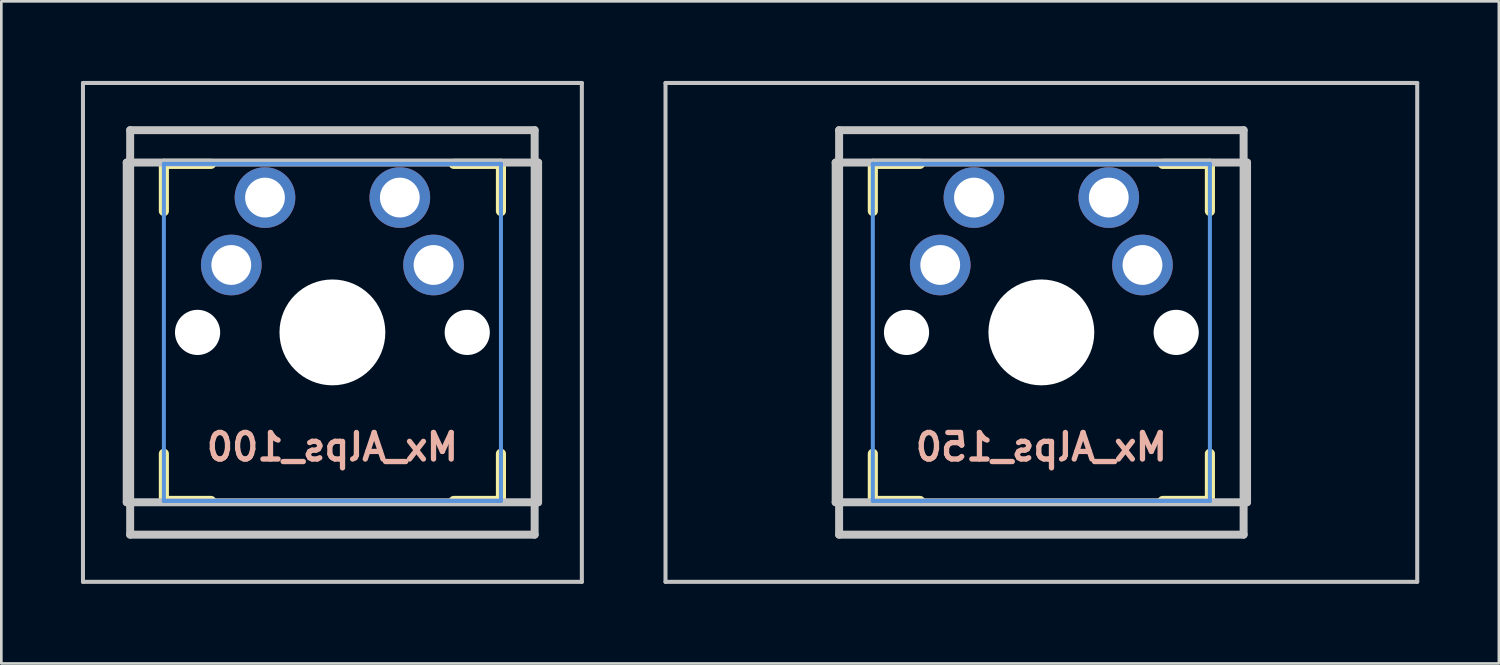
<source format=kicad_pcb>
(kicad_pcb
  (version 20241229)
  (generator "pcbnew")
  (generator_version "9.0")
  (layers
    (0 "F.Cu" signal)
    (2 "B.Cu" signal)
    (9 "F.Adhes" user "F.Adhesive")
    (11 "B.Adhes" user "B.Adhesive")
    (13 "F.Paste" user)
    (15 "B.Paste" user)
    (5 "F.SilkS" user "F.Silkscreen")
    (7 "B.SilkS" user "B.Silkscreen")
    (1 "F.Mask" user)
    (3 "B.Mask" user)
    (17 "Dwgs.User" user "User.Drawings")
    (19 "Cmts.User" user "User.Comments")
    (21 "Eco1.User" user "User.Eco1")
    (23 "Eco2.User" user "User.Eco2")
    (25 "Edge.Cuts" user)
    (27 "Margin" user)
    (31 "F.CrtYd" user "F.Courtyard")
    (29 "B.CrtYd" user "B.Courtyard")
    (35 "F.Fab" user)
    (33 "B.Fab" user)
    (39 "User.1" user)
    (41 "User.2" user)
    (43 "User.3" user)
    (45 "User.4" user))
  (footprint "Mx_Alps_150"
    (layer "F.Cu")
    (at 36.185 9.474)
    (property "Reference" "Mx_Alps_150" (at 0 4.318 0) (layer "B.SilkS") (effects (font (size 1 1) (thickness 0.2)) (justify mirror)))
    (attr through_hole)
    (fp_line (start -6.35 -6.35) (end -4.572 -6.35) (stroke (width 0.381) (type solid)) (layer "F.SilkS"))
    (fp_line (start -6.35 -4.572) (end -6.35 -6.35) (stroke (width 0.381) (type solid)) (layer "F.SilkS"))
    (fp_line (start -6.35 6.35) (end -6.35 4.572) (stroke (width 0.381) (type solid)) (layer "F.SilkS"))
    (fp_line (start -4.572 6.35) (end -6.35 6.35) (stroke (width 0.381) (type solid)) (layer "F.SilkS"))
    (fp_line (start 4.572 -6.35) (end 6.35 -6.35) (stroke (width 0.381) (type solid)) (layer "F.SilkS"))
    (fp_line (start 6.35 -6.35) (end 6.35 -4.572) (stroke (width 0.381) (type solid)) (layer "F.SilkS"))
    (fp_line (start 6.35 4.572) (end 6.35 6.35) (stroke (width 0.381) (type solid)) (layer "F.SilkS"))
    (fp_line (start 6.35 6.35) (end 4.572 6.35) (stroke (width 0.381) (type solid)) (layer "F.SilkS"))
    (fp_line (start -14.161 -9.398) (end 14.161 -9.398) (stroke (width 0.152) (type solid)) (layer "Dwgs.User"))
    (fp_line (start -14.161 9.398) (end -14.161 -9.398) (stroke (width 0.152) (type solid)) (layer "Dwgs.User"))
    (fp_line (start -7.75 6.4) (end -7.75 -6.4) (stroke (width 0.3) (type solid)) (layer "Dwgs.User"))
    (fp_line (start -7.75 6.4) (end 7.75 6.4) (stroke (width 0.3) (type solid)) (layer "Dwgs.User"))
    (fp_line (start -7.62 -7.62) (end 7.62 -7.62) (stroke (width 0.3) (type solid)) (layer "Dwgs.User"))
    (fp_line (start -7.62 7.62) (end -7.62 -7.62) (stroke (width 0.3) (type solid)) (layer "Dwgs.User"))
    (fp_line (start 7.62 -7.62) (end 7.62 7.62) (stroke (width 0.3) (type solid)) (layer "Dwgs.User"))
    (fp_line (start 7.62 7.62) (end -7.62 7.62) (stroke (width 0.3) (type solid)) (layer "Dwgs.User"))
    (fp_line (start 7.75 -6.4) (end -7.75 -6.4) (stroke (width 0.3) (type solid)) (layer "Dwgs.User"))
    (fp_line (start 7.75 6.4) (end 7.75 -6.4) (stroke (width 0.3) (type solid)) (layer "Dwgs.User"))
    (fp_line (start 14.161 -9.398) (end 14.161 9.398) (stroke (width 0.152) (type solid)) (layer "Dwgs.User"))
    (fp_line (start 14.161 9.398) (end -14.161 9.398) (stroke (width 0.152) (type solid)) (layer "Dwgs.User"))
    (fp_line (start -6.35 -6.35) (end 6.35 -6.35) (stroke (width 0.152) (type solid)) (layer "Cmts.User"))
    (fp_line (start -6.35 6.35) (end -6.35 -6.35) (stroke (width 0.152) (type solid)) (layer "Cmts.User"))
    (fp_line (start 6.35 -6.35) (end 6.35 6.35) (stroke (width 0.152) (type solid)) (layer "Cmts.User"))
    (fp_line (start 6.35 6.35) (end -6.35 6.35) (stroke (width 0.152) (type solid)) (layer "Cmts.User"))
    (fp_line (start -6.985 -6.985) (end 6.985 -6.985) (stroke (width 0.152) (type solid)) (layer "Eco2.User"))
    (fp_line (start -6.985 6.985) (end -6.985 -6.985) (stroke (width 0.152) (type solid)) (layer "Eco2.User"))
    (fp_line (start 6.985 -6.985) (end 6.985 6.985) (stroke (width 0.152) (type solid)) (layer "Eco2.User"))
    (fp_line (start 6.985 6.985) (end -6.985 6.985) (stroke (width 0.152) (type solid)) (layer "Eco2.User"))
    (pad "" np_thru_hole circle (at -5.08 0) (size 1.702 1.702) (drill 1.702) (layers "*.Cu"))
    (pad "" np_thru_hole circle (at 0 0) (size 3.988 3.988) (drill 3.988) (layers "*.Cu"))
    (pad "" np_thru_hole circle (at 5.08 0) (size 1.702 1.702) (drill 1.702) (layers "*.Cu"))
    (pad "1" thru_hole circle (at -3.81 -2.54) (size 2.286 2.286) (drill 1.499) (layers "*.Cu" "*.Mask"))
    (pad "1" thru_hole circle (at -2.54 -5.08) (size 2.286 2.286) (drill 1.499) (layers "*.Cu" "*.Mask"))
    (pad "2" thru_hole circle (at 2.54 -5.08) (size 2.286 2.286) (drill 1.499) (layers "*.Cu" "*.Mask"))
    (pad "2" thru_hole circle (at 3.81 -2.54) (size 2.286 2.286) (drill 1.499) (layers "*.Cu" "*.Mask")))
  (footprint "Mx_Alps_100"
    (layer "F.Cu")
    (at 9.474 9.474)
    (property "Reference" "Mx_Alps_100" (at 0 4.318 0) (layer "B.SilkS") (effects (font (size 1 1) (thickness 0.2)) (justify mirror)))
    (attr through_hole)
    (fp_line (start -6.35 -6.35) (end -4.572 -6.35) (stroke (width 0.381) (type solid)) (layer "F.SilkS"))
    (fp_line (start -6.35 -4.572) (end -6.35 -6.35) (stroke (width 0.381) (type solid)) (layer "F.SilkS"))
    (fp_line (start -6.35 6.35) (end -6.35 4.572) (stroke (width 0.381) (type solid)) (layer "F.SilkS"))
    (fp_line (start -4.572 6.35) (end -6.35 6.35) (stroke (width 0.381) (type solid)) (layer "F.SilkS"))
    (fp_line (start 4.572 -6.35) (end 6.35 -6.35) (stroke (width 0.381) (type solid)) (layer "F.SilkS"))
    (fp_line (start 6.35 -6.35) (end 6.35 -4.572) (stroke (width 0.381) (type solid)) (layer "F.SilkS"))
    (fp_line (start 6.35 4.572) (end 6.35 6.35) (stroke (width 0.381) (type solid)) (layer "F.SilkS"))
    (fp_line (start 6.35 6.35) (end 4.572 6.35) (stroke (width 0.381) (type solid)) (layer "F.SilkS"))
    (fp_line (start -9.398 -9.398) (end 9.398 -9.398) (stroke (width 0.152) (type solid)) (layer "Dwgs.User"))
    (fp_line (start -9.398 9.398) (end -9.398 -9.398) (stroke (width 0.152) (type solid)) (layer "Dwgs.User"))
    (fp_line (start -7.75 6.4) (end -7.75 -6.4) (stroke (width 0.3) (type solid)) (layer "Dwgs.User"))
    (fp_line (start -7.75 6.4) (end 7.75 6.4) (stroke (width 0.3) (type solid)) (layer "Dwgs.User"))
    (fp_line (start -7.62 -7.62) (end 7.62 -7.62) (stroke (width 0.3) (type solid)) (layer "Dwgs.User"))
    (fp_line (start -7.62 7.62) (end -7.62 -7.62) (stroke (width 0.3) (type solid)) (layer "Dwgs.User"))
    (fp_line (start 7.62 -7.62) (end 7.62 7.62) (stroke (width 0.3) (type solid)) (layer "Dwgs.User"))
    (fp_line (start 7.62 7.62) (end -7.62 7.62) (stroke (width 0.3) (type solid)) (layer "Dwgs.User"))
    (fp_line (start 7.75 -6.4) (end -7.75 -6.4) (stroke (width 0.3) (type solid)) (layer "Dwgs.User"))
    (fp_line (start 7.75 6.4) (end 7.75 -6.4) (stroke (width 0.3) (type solid)) (layer "Dwgs.User"))
    (fp_line (start 9.398 -9.398) (end 9.398 9.398) (stroke (width 0.152) (type solid)) (layer "Dwgs.User"))
    (fp_line (start 9.398 9.398) (end -9.398 9.398) (stroke (width 0.152) (type solid)) (layer "Dwgs.User"))
    (fp_line (start -6.35 -6.35) (end 6.35 -6.35) (stroke (width 0.152) (type solid)) (layer "Cmts.User"))
    (fp_line (start -6.35 6.35) (end -6.35 -6.35) (stroke (width 0.152) (type solid)) (layer "Cmts.User"))
    (fp_line (start 6.35 -6.35) (end 6.35 6.35) (stroke (width 0.152) (type solid)) (layer "Cmts.User"))
    (fp_line (start 6.35 6.35) (end -6.35 6.35) (stroke (width 0.152) (type solid)) (layer "Cmts.User"))
    (fp_line (start -6.985 -6.985) (end 6.985 -6.985) (stroke (width 0.152) (type solid)) (layer "Eco2.User"))
    (fp_line (start -6.985 6.985) (end -6.985 -6.985) (stroke (width 0.152) (type solid)) (layer "Eco2.User"))
    (fp_line (start 6.985 -6.985) (end 6.985 6.985) (stroke (width 0.152) (type solid)) (layer "Eco2.User"))
    (fp_line (start 6.985 6.985) (end -6.985 6.985) (stroke (width 0.152) (type solid)) (layer "Eco2.User"))
    (pad "" np_thru_hole circle (at -5.08 0) (size 1.702 1.702) (drill 1.702) (layers "*.Cu"))
    (pad "" np_thru_hole circle (at 0 0) (size 3.988 3.988) (drill 3.988) (layers "*.Cu"))
    (pad "" np_thru_hole circle (at 5.08 0) (size 1.702 1.702) (drill 1.702) (layers "*.Cu"))
    (pad "1" thru_hole circle (at -3.81 -2.54) (size 2.286 2.286) (drill 1.499) (layers "*.Cu" "*.Mask"))
    (pad "1" thru_hole circle (at -2.54 -5.08) (size 2.286 2.286) (drill 1.499) (layers "*.Cu" "*.Mask"))
    (pad "2" thru_hole circle (at 2.54 -5.08) (size 2.286 2.286) (drill 1.499) (layers "*.Cu" "*.Mask"))
    (pad "2" thru_hole circle (at 3.81 -2.54) (size 2.286 2.286) (drill 1.499) (layers "*.Cu" "*.Mask")))
  (gr_rect
    (start -3 -3)
    (end 53.422 21.948)
    (stroke (width 0.1) (type default))
    (fill no)
    (layer "Edge.Cuts")))
</source>
